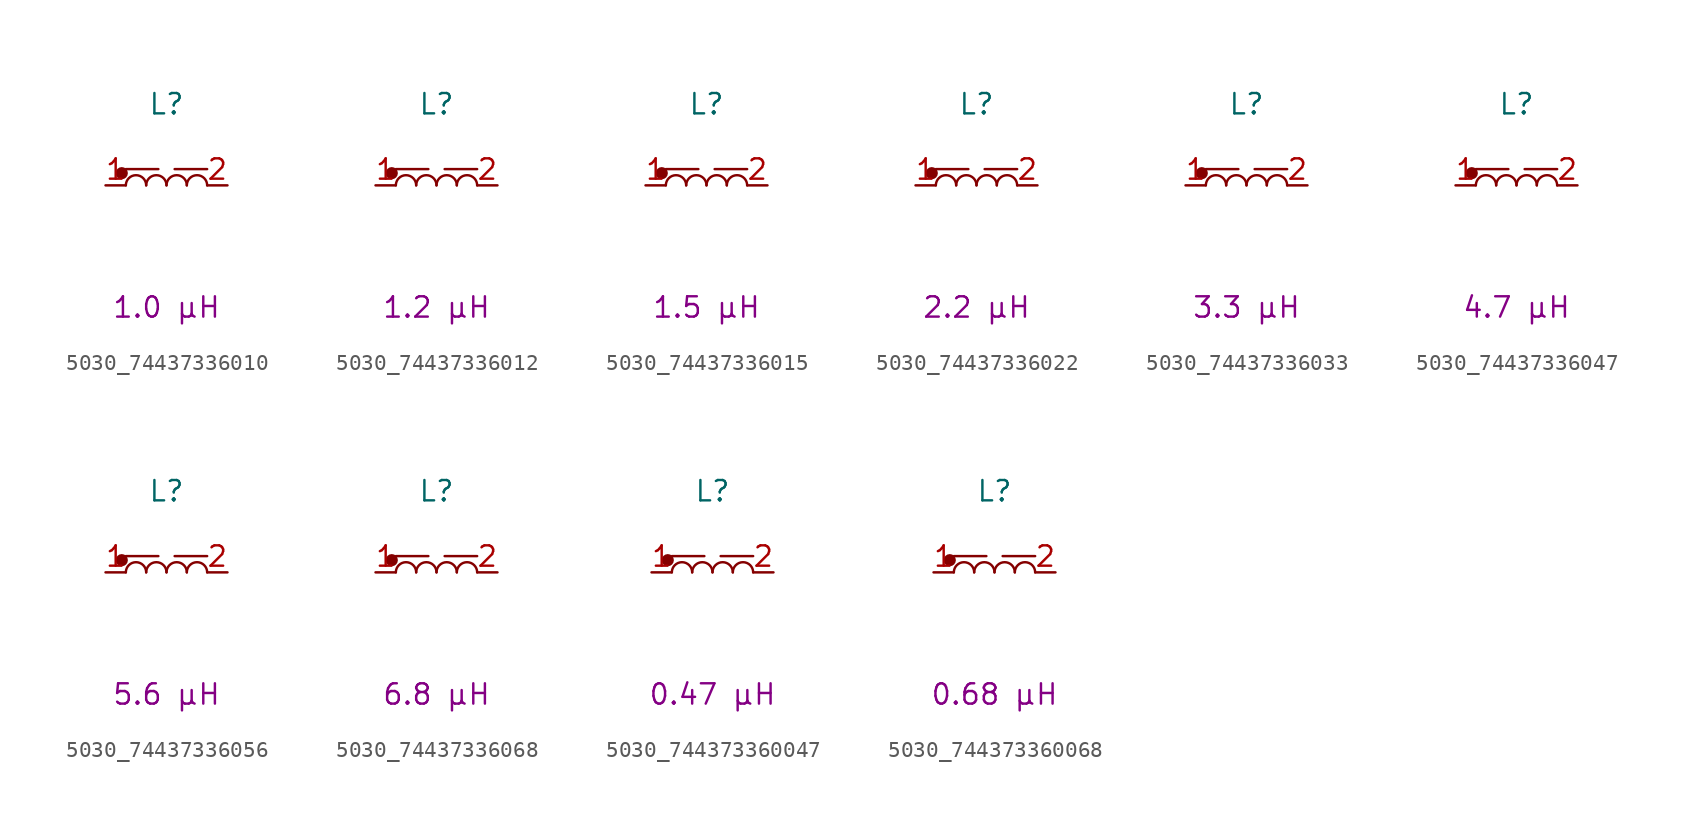
<source format=kicad_sym>
(kicad_symbol_lib
  (version 20220914)
  (generator kicad_symbol_editor)
  (symbol "5030_74437336010"
    (pin_names hide)
    (property "Reference" "L"
      (at 0 5.08 0)
      (effects (font (size 1.27 1.27))))
    (property "Critical Parameter" "1.0 µH"
      (at 0 -7.62 0)
      (effects (font (size 1.27 1.27))))
    (symbol "5030_74437336010_0_1"
      (arc (start -1.27 0) (mid -1.905 0.6323) (end -2.54 0) (stroke (width 0) (type default)) (fill (type none)))
      (arc (start 0 0) (mid -0.635 0.6323) (end -1.27 0) (stroke (width 0) (type default)) (fill (type none)))
      (polyline (pts (xy -2.54 1.016) (xy -0.508 1.016)) (stroke (width 0) (type default)) (fill (type none)))
      (arc (start 1.27 0) (mid 0.635 0.6323) (end 0 0) (stroke (width 0) (type default)) (fill (type none)))
      (arc (start 2.54 0) (mid 1.905 0.6323) (end 1.27 0) (stroke (width 0) (type default)) (fill (type none))))
    (symbol "5030_74437336010_1_1"
      (circle (center -2.794 0.762) (radius 0.0001) (stroke (width 0.381) (type default)) (fill (type none)))
      (polyline (pts (xy 2.54 1.016) (xy 0.508 1.016)) (stroke (width 0) (type default)) (fill (type none)))
      (pin passive line (at -3.81 0 0) (length 1.27) (name "1" (effects (font (size 1.27 1.27)))) (number "1" (effects (font (size 1.27 1.27)))))
      (pin passive line (at 3.81 0 180) (length 1.27) (name "2" (effects (font (size 1.27 1.27)))) (number "2" (effects (font (size 1.27 1.27)))))))
  (symbol "5030_74437336012"
    (pin_names hide)
    (property "Reference" "L"
      (at 0 5.08 0)
      (effects (font (size 1.27 1.27))))
    (property "Critical Parameter" "1.2 µH"
      (at 0 -7.62 0)
      (effects (font (size 1.27 1.27))))
    (symbol "5030_74437336012_0_1"
      (arc (start -1.27 0) (mid -1.905 0.6323) (end -2.54 0) (stroke (width 0) (type default)) (fill (type none)))
      (arc (start 0 0) (mid -0.635 0.6323) (end -1.27 0) (stroke (width 0) (type default)) (fill (type none)))
      (polyline (pts (xy -2.54 1.016) (xy -0.508 1.016)) (stroke (width 0) (type default)) (fill (type none)))
      (arc (start 1.27 0) (mid 0.635 0.6323) (end 0 0) (stroke (width 0) (type default)) (fill (type none)))
      (arc (start 2.54 0) (mid 1.905 0.6323) (end 1.27 0) (stroke (width 0) (type default)) (fill (type none))))
    (symbol "5030_74437336012_1_1"
      (circle (center -2.794 0.762) (radius 0.0001) (stroke (width 0.381) (type default)) (fill (type none)))
      (polyline (pts (xy 2.54 1.016) (xy 0.508 1.016)) (stroke (width 0) (type default)) (fill (type none)))
      (pin passive line (at -3.81 0 0) (length 1.27) (name "1" (effects (font (size 1.27 1.27)))) (number "1" (effects (font (size 1.27 1.27)))))
      (pin passive line (at 3.81 0 180) (length 1.27) (name "2" (effects (font (size 1.27 1.27)))) (number "2" (effects (font (size 1.27 1.27)))))))
  (symbol "5030_74437336015"
    (pin_names hide)
    (property "Reference" "L"
      (at 0 5.08 0)
      (effects (font (size 1.27 1.27))))
    (property "Critical Parameter" "1.5 µH"
      (at 0 -7.62 0)
      (effects (font (size 1.27 1.27))))
    (symbol "5030_74437336015_0_1"
      (arc (start -1.27 0) (mid -1.905 0.6323) (end -2.54 0) (stroke (width 0) (type default)) (fill (type none)))
      (arc (start 0 0) (mid -0.635 0.6323) (end -1.27 0) (stroke (width 0) (type default)) (fill (type none)))
      (polyline (pts (xy -2.54 1.016) (xy -0.508 1.016)) (stroke (width 0) (type default)) (fill (type none)))
      (arc (start 1.27 0) (mid 0.635 0.6323) (end 0 0) (stroke (width 0) (type default)) (fill (type none)))
      (arc (start 2.54 0) (mid 1.905 0.6323) (end 1.27 0) (stroke (width 0) (type default)) (fill (type none))))
    (symbol "5030_74437336015_1_1"
      (circle (center -2.794 0.762) (radius 0.0001) (stroke (width 0.381) (type default)) (fill (type none)))
      (polyline (pts (xy 2.54 1.016) (xy 0.508 1.016)) (stroke (width 0) (type default)) (fill (type none)))
      (pin passive line (at -3.81 0 0) (length 1.27) (name "1" (effects (font (size 1.27 1.27)))) (number "1" (effects (font (size 1.27 1.27)))))
      (pin passive line (at 3.81 0 180) (length 1.27) (name "2" (effects (font (size 1.27 1.27)))) (number "2" (effects (font (size 1.27 1.27)))))))
  (symbol "5030_74437336022"
    (pin_names hide)
    (property "Reference" "L"
      (at 0 5.08 0)
      (effects (font (size 1.27 1.27))))
    (property "Critical Parameter" "2.2 µH"
      (at 0 -7.62 0)
      (effects (font (size 1.27 1.27))))
    (symbol "5030_74437336022_0_1"
      (arc (start -1.27 0) (mid -1.905 0.6323) (end -2.54 0) (stroke (width 0) (type default)) (fill (type none)))
      (arc (start 0 0) (mid -0.635 0.6323) (end -1.27 0) (stroke (width 0) (type default)) (fill (type none)))
      (polyline (pts (xy -2.54 1.016) (xy -0.508 1.016)) (stroke (width 0) (type default)) (fill (type none)))
      (arc (start 1.27 0) (mid 0.635 0.6323) (end 0 0) (stroke (width 0) (type default)) (fill (type none)))
      (arc (start 2.54 0) (mid 1.905 0.6323) (end 1.27 0) (stroke (width 0) (type default)) (fill (type none))))
    (symbol "5030_74437336022_1_1"
      (circle (center -2.794 0.762) (radius 0.0001) (stroke (width 0.381) (type default)) (fill (type none)))
      (polyline (pts (xy 2.54 1.016) (xy 0.508 1.016)) (stroke (width 0) (type default)) (fill (type none)))
      (pin passive line (at -3.81 0 0) (length 1.27) (name "1" (effects (font (size 1.27 1.27)))) (number "1" (effects (font (size 1.27 1.27)))))
      (pin passive line (at 3.81 0 180) (length 1.27) (name "2" (effects (font (size 1.27 1.27)))) (number "2" (effects (font (size 1.27 1.27)))))))
  (symbol "5030_74437336033"
    (pin_names hide)
    (property "Reference" "L"
      (at 0 5.08 0)
      (effects (font (size 1.27 1.27))))
    (property "Critical Parameter" "3.3 µH"
      (at 0 -7.62 0)
      (effects (font (size 1.27 1.27))))
    (symbol "5030_74437336033_0_1"
      (arc (start -1.27 0) (mid -1.905 0.6323) (end -2.54 0) (stroke (width 0) (type default)) (fill (type none)))
      (arc (start 0 0) (mid -0.635 0.6323) (end -1.27 0) (stroke (width 0) (type default)) (fill (type none)))
      (polyline (pts (xy -2.54 1.016) (xy -0.508 1.016)) (stroke (width 0) (type default)) (fill (type none)))
      (arc (start 1.27 0) (mid 0.635 0.6323) (end 0 0) (stroke (width 0) (type default)) (fill (type none)))
      (arc (start 2.54 0) (mid 1.905 0.6323) (end 1.27 0) (stroke (width 0) (type default)) (fill (type none))))
    (symbol "5030_74437336033_1_1"
      (circle (center -2.794 0.762) (radius 0.0001) (stroke (width 0.381) (type default)) (fill (type none)))
      (polyline (pts (xy 2.54 1.016) (xy 0.508 1.016)) (stroke (width 0) (type default)) (fill (type none)))
      (pin passive line (at -3.81 0 0) (length 1.27) (name "1" (effects (font (size 1.27 1.27)))) (number "1" (effects (font (size 1.27 1.27)))))
      (pin passive line (at 3.81 0 180) (length 1.27) (name "2" (effects (font (size 1.27 1.27)))) (number "2" (effects (font (size 1.27 1.27)))))))
  (symbol "5030_74437336047"
    (pin_names hide)
    (property "Reference" "L"
      (at 0 5.08 0)
      (effects (font (size 1.27 1.27))))
    (property "Critical Parameter" "4.7 µH"
      (at 0 -7.62 0)
      (effects (font (size 1.27 1.27))))
    (symbol "5030_74437336047_0_1"
      (arc (start -1.27 0) (mid -1.905 0.6323) (end -2.54 0) (stroke (width 0) (type default)) (fill (type none)))
      (arc (start 0 0) (mid -0.635 0.6323) (end -1.27 0) (stroke (width 0) (type default)) (fill (type none)))
      (polyline (pts (xy -2.54 1.016) (xy -0.508 1.016)) (stroke (width 0) (type default)) (fill (type none)))
      (arc (start 1.27 0) (mid 0.635 0.6323) (end 0 0) (stroke (width 0) (type default)) (fill (type none)))
      (arc (start 2.54 0) (mid 1.905 0.6323) (end 1.27 0) (stroke (width 0) (type default)) (fill (type none))))
    (symbol "5030_74437336047_1_1"
      (circle (center -2.794 0.762) (radius 0.0001) (stroke (width 0.381) (type default)) (fill (type none)))
      (polyline (pts (xy 2.54 1.016) (xy 0.508 1.016)) (stroke (width 0) (type default)) (fill (type none)))
      (pin passive line (at -3.81 0 0) (length 1.27) (name "1" (effects (font (size 1.27 1.27)))) (number "1" (effects (font (size 1.27 1.27)))))
      (pin passive line (at 3.81 0 180) (length 1.27) (name "2" (effects (font (size 1.27 1.27)))) (number "2" (effects (font (size 1.27 1.27)))))))
  (symbol "5030_74437336056"
    (pin_names hide)
    (property "Reference" "L"
      (at 0 5.08 0)
      (effects (font (size 1.27 1.27))))
    (property "Critical Parameter" "5.6 µH"
      (at 0 -7.62 0)
      (effects (font (size 1.27 1.27))))
    (symbol "5030_74437336056_0_1"
      (arc (start -1.27 0) (mid -1.905 0.6323) (end -2.54 0) (stroke (width 0) (type default)) (fill (type none)))
      (arc (start 0 0) (mid -0.635 0.6323) (end -1.27 0) (stroke (width 0) (type default)) (fill (type none)))
      (polyline (pts (xy -2.54 1.016) (xy -0.508 1.016)) (stroke (width 0) (type default)) (fill (type none)))
      (arc (start 1.27 0) (mid 0.635 0.6323) (end 0 0) (stroke (width 0) (type default)) (fill (type none)))
      (arc (start 2.54 0) (mid 1.905 0.6323) (end 1.27 0) (stroke (width 0) (type default)) (fill (type none))))
    (symbol "5030_74437336056_1_1"
      (circle (center -2.794 0.762) (radius 0.0001) (stroke (width 0.381) (type default)) (fill (type none)))
      (polyline (pts (xy 2.54 1.016) (xy 0.508 1.016)) (stroke (width 0) (type default)) (fill (type none)))
      (pin passive line (at -3.81 0 0) (length 1.27) (name "1" (effects (font (size 1.27 1.27)))) (number "1" (effects (font (size 1.27 1.27)))))
      (pin passive line (at 3.81 0 180) (length 1.27) (name "2" (effects (font (size 1.27 1.27)))) (number "2" (effects (font (size 1.27 1.27)))))))
  (symbol "5030_74437336068"
    (pin_names hide)
    (property "Reference" "L"
      (at 0 5.08 0)
      (effects (font (size 1.27 1.27))))
    (property "Critical Parameter" "6.8 µH"
      (at 0 -7.62 0)
      (effects (font (size 1.27 1.27))))
    (symbol "5030_74437336068_0_1"
      (arc (start -1.27 0) (mid -1.905 0.6323) (end -2.54 0) (stroke (width 0) (type default)) (fill (type none)))
      (arc (start 0 0) (mid -0.635 0.6323) (end -1.27 0) (stroke (width 0) (type default)) (fill (type none)))
      (polyline (pts (xy -2.54 1.016) (xy -0.508 1.016)) (stroke (width 0) (type default)) (fill (type none)))
      (arc (start 1.27 0) (mid 0.635 0.6323) (end 0 0) (stroke (width 0) (type default)) (fill (type none)))
      (arc (start 2.54 0) (mid 1.905 0.6323) (end 1.27 0) (stroke (width 0) (type default)) (fill (type none))))
    (symbol "5030_74437336068_1_1"
      (circle (center -2.794 0.762) (radius 0.0001) (stroke (width 0.381) (type default)) (fill (type none)))
      (polyline (pts (xy 2.54 1.016) (xy 0.508 1.016)) (stroke (width 0) (type default)) (fill (type none)))
      (pin passive line (at -3.81 0 0) (length 1.27) (name "1" (effects (font (size 1.27 1.27)))) (number "1" (effects (font (size 1.27 1.27)))))
      (pin passive line (at 3.81 0 180) (length 1.27) (name "2" (effects (font (size 1.27 1.27)))) (number "2" (effects (font (size 1.27 1.27)))))))
  (symbol "5030_744373360047"
    (pin_names hide)
    (property "Reference" "L"
      (at 0 5.08 0)
      (effects (font (size 1.27 1.27))))
    (property "Critical Parameter" "0.47 µH"
      (at 0 -7.62 0)
      (effects (font (size 1.27 1.27))))
    (symbol "5030_744373360047_0_1"
      (arc (start -1.27 0) (mid -1.905 0.6323) (end -2.54 0) (stroke (width 0) (type default)) (fill (type none)))
      (arc (start 0 0) (mid -0.635 0.6323) (end -1.27 0) (stroke (width 0) (type default)) (fill (type none)))
      (polyline (pts (xy -2.54 1.016) (xy -0.508 1.016)) (stroke (width 0) (type default)) (fill (type none)))
      (arc (start 1.27 0) (mid 0.635 0.6323) (end 0 0) (stroke (width 0) (type default)) (fill (type none)))
      (arc (start 2.54 0) (mid 1.905 0.6323) (end 1.27 0) (stroke (width 0) (type default)) (fill (type none))))
    (symbol "5030_744373360047_1_1"
      (circle (center -2.794 0.762) (radius 0.0001) (stroke (width 0.381) (type default)) (fill (type none)))
      (polyline (pts (xy 2.54 1.016) (xy 0.508 1.016)) (stroke (width 0) (type default)) (fill (type none)))
      (pin passive line (at -3.81 0 0) (length 1.27) (name "1" (effects (font (size 1.27 1.27)))) (number "1" (effects (font (size 1.27 1.27)))))
      (pin passive line (at 3.81 0 180) (length 1.27) (name "2" (effects (font (size 1.27 1.27)))) (number "2" (effects (font (size 1.27 1.27)))))))
  (symbol "5030_744373360068"
    (pin_names hide)
    (property "Reference" "L"
      (at 0 5.08 0)
      (effects (font (size 1.27 1.27))))
    (property "Critical Parameter" "0.68 µH"
      (at 0 -7.62 0)
      (effects (font (size 1.27 1.27))))
    (symbol "5030_744373360068_0_1"
      (arc (start -1.27 0) (mid -1.905 0.6323) (end -2.54 0) (stroke (width 0) (type default)) (fill (type none)))
      (arc (start 0 0) (mid -0.635 0.6323) (end -1.27 0) (stroke (width 0) (type default)) (fill (type none)))
      (polyline (pts (xy -2.54 1.016) (xy -0.508 1.016)) (stroke (width 0) (type default)) (fill (type none)))
      (arc (start 1.27 0) (mid 0.635 0.6323) (end 0 0) (stroke (width 0) (type default)) (fill (type none)))
      (arc (start 2.54 0) (mid 1.905 0.6323) (end 1.27 0) (stroke (width 0) (type default)) (fill (type none))))
    (symbol "5030_744373360068_1_1"
      (circle (center -2.794 0.762) (radius 0.0001) (stroke (width 0.381) (type default)) (fill (type none)))
      (polyline (pts (xy 2.54 1.016) (xy 0.508 1.016)) (stroke (width 0) (type default)) (fill (type none)))
      (pin passive line (at -3.81 0 0) (length 1.27) (name "1" (effects (font (size 1.27 1.27)))) (number "1" (effects (font (size 1.27 1.27)))))
      (pin passive line (at 3.81 0 180) (length 1.27) (name "2" (effects (font (size 1.27 1.27)))) (number "2" (effects (font (size 1.27 1.27))))))))
</source>
